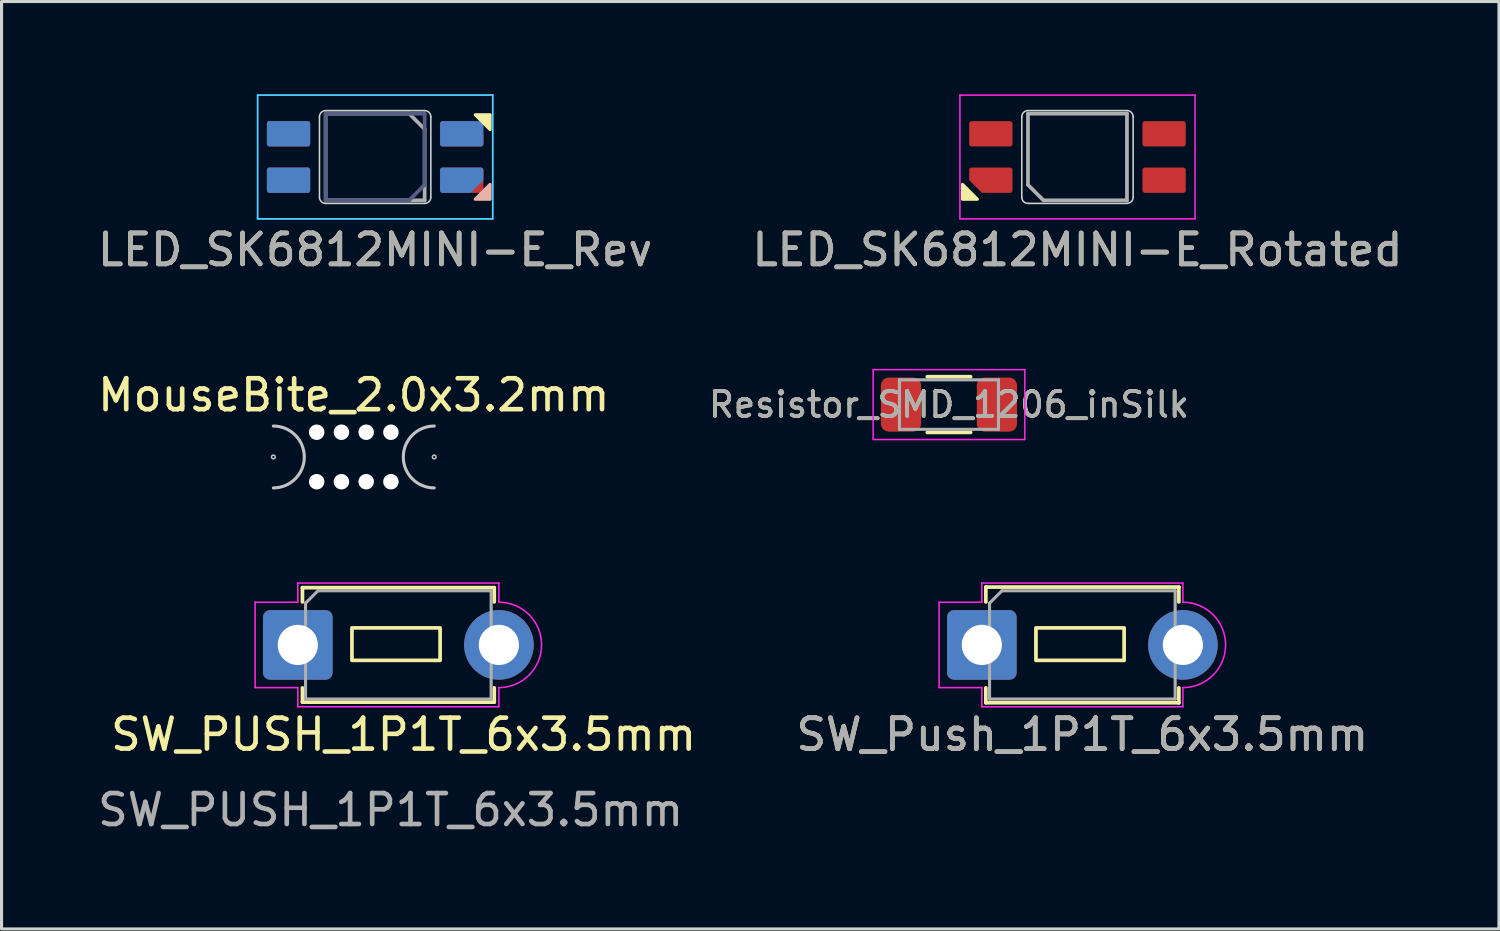
<source format=kicad_pcb>
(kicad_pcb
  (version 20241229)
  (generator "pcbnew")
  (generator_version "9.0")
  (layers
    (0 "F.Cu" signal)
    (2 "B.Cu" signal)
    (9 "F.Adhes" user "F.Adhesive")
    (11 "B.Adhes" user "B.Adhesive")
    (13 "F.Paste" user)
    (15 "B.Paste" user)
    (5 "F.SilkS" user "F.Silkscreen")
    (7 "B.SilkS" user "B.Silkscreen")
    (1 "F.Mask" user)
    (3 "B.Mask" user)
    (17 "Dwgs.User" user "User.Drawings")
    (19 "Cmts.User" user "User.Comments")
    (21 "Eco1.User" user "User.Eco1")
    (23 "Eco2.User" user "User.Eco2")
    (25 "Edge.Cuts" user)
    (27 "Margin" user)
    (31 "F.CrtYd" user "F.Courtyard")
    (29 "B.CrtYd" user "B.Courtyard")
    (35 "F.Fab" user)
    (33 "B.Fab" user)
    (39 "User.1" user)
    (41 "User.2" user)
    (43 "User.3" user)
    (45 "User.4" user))
  (footprint "LED_SK6812MINI-E_Rev"
    (layer "F.Cu")
    (at 9.077 2.025)
    (property "Reference" "LED_SK6812MINI-E_Rev" (at 0 3 0) (layer "F.SilkS") (effects (font (size 1 1) (thickness 0.15))))
    (attr smd)
    (fp_poly (pts (xy 3.715 -1.365) (xy 3.715 -0.885) (xy 3.235 -1.365) (xy 3.715 -1.365)) (stroke (width 0.1) (type solid)) (fill yes) (layer "F.SilkS"))
    (fp_poly (pts (xy 3.715 1.365) (xy 3.715 0.885) (xy 3.235 1.365) (xy 3.715 1.365)) (stroke (width 0.1) (type solid)) (fill yes) (layer "B.SilkS"))
    (fp_line (start -1.8 1.3) (end -1.8 -1.3) (stroke (width 0.05) (type solid)) (layer "Edge.Cuts"))
    (fp_line (start -1.6 -1.5) (end 1.6 -1.5) (stroke (width 0.05) (type solid)) (layer "Edge.Cuts"))
    (fp_line (start 1.6 1.5) (end -1.6 1.5) (stroke (width 0.05) (type solid)) (layer "Edge.Cuts"))
    (fp_line (start 1.8 -1.3) (end 1.8 1.3) (stroke (width 0.05) (type solid)) (layer "Edge.Cuts"))
    (fp_arc (start -1.8 -1.3) (mid -1.741421 -1.441421) (end -1.6 -1.5) (stroke (width 0.05) (type solid)) (layer "Edge.Cuts"))
    (fp_arc (start -1.6 1.5) (mid -1.741421 1.441421) (end -1.8 1.3) (stroke (width 0.05) (type solid)) (layer "Edge.Cuts"))
    (fp_arc (start 1.6 -1.5) (mid 1.741421 -1.441421) (end 1.8 -1.3) (stroke (width 0.05) (type solid)) (layer "Edge.Cuts"))
    (fp_arc (start 1.8 1.3) (mid 1.741421 1.441421) (end 1.6 1.5) (stroke (width 0.05) (type solid)) (layer "Edge.Cuts"))
    (fp_line (start -3.8 -2) (end -3.8 2) (stroke (width 0.05) (type solid)) (layer "B.CrtYd"))
    (fp_line (start -3.8 2) (end 3.8 2) (stroke (width 0.05) (type solid)) (layer "B.CrtYd"))
    (fp_line (start 3.8 -2) (end -3.8 -2) (stroke (width 0.05) (type solid)) (layer "B.CrtYd"))
    (fp_line (start 3.8 2) (end 3.8 -2) (stroke (width 0.05) (type solid)) (layer "B.CrtYd"))
    (fp_line (start -3.8 -2) (end 3.8 -2) (stroke (width 0.05) (type solid)) (layer "F.CrtYd"))
    (fp_line (start -3.8 2) (end -3.8 -2) (stroke (width 0.05) (type solid)) (layer "F.CrtYd"))
    (fp_line (start 3.8 -2) (end 3.8 2) (stroke (width 0.05) (type solid)) (layer "F.CrtYd"))
    (fp_line (start 3.8 2) (end -3.8 2) (stroke (width 0.05) (type solid)) (layer "F.CrtYd"))
    (fp_line (start -1.6 -1.4) (end -1.6 1.4) (stroke (width 0.12) (type solid)) (layer "B.Fab"))
    (fp_line (start -1.6 1.4) (end 1.1 1.4) (stroke (width 0.12) (type solid)) (layer "B.Fab"))
    (fp_line (start 1.6 -1.4) (end -1.6 -1.4) (stroke (width 0.12) (type solid)) (layer "B.Fab"))
    (fp_line (start 1.6 0.9) (end 1.1 1.4) (stroke (width 0.12) (type solid)) (layer "B.Fab"))
    (fp_line (start 1.6 0.9) (end 1.6 -1.4) (stroke (width 0.12) (type solid)) (layer "B.Fab"))
    (fp_line (start -1.6 -1.4) (end 1.1 -1.4) (stroke (width 0.12) (type solid)) (layer "F.Fab"))
    (fp_line (start -1.6 1.4) (end -1.6 -1.4) (stroke (width 0.12) (type solid)) (layer "F.Fab"))
    (fp_line (start 1.6 -0.9) (end 1.1 -1.4) (stroke (width 0.12) (type solid)) (layer "F.Fab"))
    (fp_line (start 1.6 -0.9) (end 1.6 1.4) (stroke (width 0.12) (type solid)) (layer "F.Fab"))
    (fp_line (start 1.6 1.4) (end -1.6 1.4) (stroke (width 0.12) (type solid)) (layer "F.Fab"))
    (fp_text user "${REFERENCE}" (at 0 3 0) (unlocked yes) (layer "F.Fab") (effects (font (size 1 1) (thickness 0.15))))
    (pad "1" smd roundrect (at -2.8 0.75 270) (size 0.82 1.4) (layers "F.Cu" "F.Mask" "F.Paste") (roundrect_rratio 0.1))
    (pad "1" smd roundrect (at -2.8 -0.75 90) (size 0.82 1.4) (layers "B.Cu" "B.Mask" "B.Paste") (roundrect_rratio 0.1))
    (pad "2" smd roundrect (at -2.8 -0.75 270) (size 0.82 1.4) (layers "F.Cu" "F.Mask" "F.Paste") (roundrect_rratio 0.1))
    (pad "2" smd roundrect (at -2.8 0.75 90) (size 0.82 1.4) (layers "B.Cu" "B.Mask" "B.Paste") (roundrect_rratio 0.1))
    (pad "3" smd roundrect (at 2.8 -0.75 270) (size 0.82 1.4) (layers "F.Cu" "F.Mask" "F.Paste") (roundrect_rratio 0.1) (chamfer_ratio 0.5) (chamfer top_left))
    (pad "3" smd roundrect (at 2.8 0.75 90) (size 0.82 1.4) (layers "B.Cu" "B.Mask" "B.Paste") (roundrect_rratio 0.1) (chamfer_ratio 0.5) (chamfer bottom_left))
    (pad "4" smd roundrect (at 2.8 0.75 270) (size 0.82 1.4) (layers "F.Cu" "F.Mask" "F.Paste") (roundrect_rratio 0.1))
    (pad "4" smd roundrect (at 2.8 -0.75 90) (size 0.82 1.4) (layers "B.Cu" "B.Mask" "B.Paste") (roundrect_rratio 0.1)))
  (footprint "Resistor_SMD_1206_inSilk"
    (layer "F.Cu")
    (at 27.626 10.028)
    (property "Reference" "Resistor_SMD_1206_inSilk" (at 0 0 0) (layer "F.SilkS") (effects (font (size 0.8 0.8) (thickness 0.12))))
    (attr smd)
    (fp_line (start -0.7 -0.9) (end 0.7 -0.9) (stroke (width 0.12) (type solid)) (layer "F.SilkS"))
    (fp_line (start -0.7 0.9) (end 0.7 0.9) (stroke (width 0.12) (type solid)) (layer "F.SilkS"))
    (fp_line (start -2.45 -1.13) (end 2.45 -1.13) (stroke (width 0.05) (type solid)) (layer "F.CrtYd"))
    (fp_line (start -2.45 1.13) (end -2.45 -1.13) (stroke (width 0.05) (type solid)) (layer "F.CrtYd"))
    (fp_line (start 2.45 -1.13) (end 2.45 1.13) (stroke (width 0.05) (type solid)) (layer "F.CrtYd"))
    (fp_line (start 2.45 1.13) (end -2.45 1.13) (stroke (width 0.05) (type solid)) (layer "F.CrtYd"))
    (fp_line (start -1.6 -0.8) (end 1.6 -0.8) (stroke (width 0.1) (type solid)) (layer "F.Fab"))
    (fp_line (start -1.6 0.8) (end -1.6 -0.8) (stroke (width 0.1) (type solid)) (layer "F.Fab"))
    (fp_line (start 1.6 -0.8) (end 1.6 0.8) (stroke (width 0.1) (type solid)) (layer "F.Fab"))
    (fp_line (start 1.6 0.8) (end -1.6 0.8) (stroke (width 0.1) (type solid)) (layer "F.Fab"))
    (fp_text user "${REFERENCE}" (at 0 0 0) (layer "F.Fab") (effects (font (size 0.8 0.8) (thickness 0.12))))
    (pad "1" smd roundrect (at -1.55 0) (size 1.3 1.75) (layers "F.Cu" "F.Mask" "F.Paste") (roundrect_rratio 0.192))
    (pad "2" smd roundrect (at 1.55 0) (size 1.3 1.75) (layers "F.Cu" "F.Mask" "F.Paste") (roundrect_rratio 0.192)))
  (footprint "SW_Push_1P1T_6x3.5mm"
    (layer "F.Cu")
    (at 31.938 17.797)
    (property "Reference" "SW_Push_1P1T_6x3.5mm" (at 0 2.9 0) (layer "F.SilkS") (effects (font (size 1 1) (thickness 0.15))))
    (attr through_hole)
    (fp_line (start -3.12 -1.87) (end -3.12 -1.39) (stroke (width 0.12) (type default)) (layer "F.SilkS"))
    (fp_line (start -3.12 1.39) (end -3.12 1.87) (stroke (width 0.12) (type solid)) (layer "F.SilkS"))
    (fp_line (start -3.12 1.87) (end 3.12 1.87) (stroke (width 0.12) (type solid)) (layer "F.SilkS"))
    (fp_line (start 3.12 -1.87) (end -3.12 -1.87) (stroke (width 0.12) (type solid)) (layer "F.SilkS"))
    (fp_line (start 3.12 -1.87) (end 3.12 -1.39) (stroke (width 0.12) (type solid)) (layer "F.SilkS"))
    (fp_line (start 3.12 1.39) (end 3.12 1.87) (stroke (width 0.12) (type solid)) (layer "F.SilkS"))
    (fp_rect (start -1.5 -0.55) (end 1.35 0.5) (stroke (width 0.12) (type default)) (fill no) (layer "F.SilkS"))
    (fp_line (start -4.63 -1.38) (end -3.25 -1.38) (stroke (width 0.05) (type default)) (layer "F.CrtYd"))
    (fp_line (start -4.63 1.38) (end -4.63 -1.38) (stroke (width 0.05) (type solid)) (layer "F.CrtYd"))
    (fp_line (start -4.63 1.38) (end -3.25 1.38) (stroke (width 0.05) (type default)) (layer "F.CrtYd"))
    (fp_line (start -3.25 -2) (end -3.25 -1.38) (stroke (width 0.05) (type default)) (layer "F.CrtYd"))
    (fp_line (start -3.25 -2) (end 3.25 -2) (stroke (width 0.05) (type solid)) (layer "F.CrtYd"))
    (fp_line (start -3.25 1.38) (end -3.25 2) (stroke (width 0.05) (type default)) (layer "F.CrtYd"))
    (fp_line (start 3.25 -2) (end 3.25 -1.38) (stroke (width 0.05) (type default)) (layer "F.CrtYd"))
    (fp_line (start 3.25 1.38) (end 3.25 2) (stroke (width 0.05) (type default)) (layer "F.CrtYd"))
    (fp_line (start 3.25 2) (end -3.25 2) (stroke (width 0.05) (type solid)) (layer "F.CrtYd"))
    (fp_arc (start 3.25 -1.38) (mid 4.63 0) (end 3.25 1.38) (stroke (width 0.05) (type default)) (layer "F.CrtYd"))
    (fp_line (start -3 1.75) (end -3 -1.35) (stroke (width 0.1) (type solid)) (layer "F.Fab"))
    (fp_line (start -2.6 -1.75) (end -3 -1.35) (stroke (width 0.1) (type default)) (layer "F.Fab"))
    (fp_line (start -2.6 -1.75) (end 3 -1.75) (stroke (width 0.1) (type solid)) (layer "F.Fab"))
    (fp_line (start 3 -1.75) (end 3 1.75) (stroke (width 0.1) (type solid)) (layer "F.Fab"))
    (fp_line (start 3 1.75) (end -3 1.75) (stroke (width 0.1) (type solid)) (layer "F.Fab"))
    (fp_text user "${REFERENCE}" (at 0 2.9 0) (layer "F.Fab") (effects (font (size 1 1) (thickness 0.15))))
    (pad "1" thru_hole roundrect (at -3.25 0 90) (size 2.25 2.25) (drill 1.3) (layers "*.Cu" "*.Mask") (roundrect_rratio 0.1))
    (pad "2" thru_hole circle (at 3.25 0 90) (size 2.25 2.25) (drill 1.3) (layers "*.Cu" "*.Mask")))
  (footprint "SW_PUSH_1P1T_6x3.5mm"
    (layer "F.Cu")
    (at 6.577 17.797)
    (property "Reference" "SW_PUSH_1P1T_6x3.5mm" (at 3.42 2.896 0) (layer "F.SilkS") (effects (font (size 1 1) (thickness 0.15))))
    (attr through_hole)
    (fp_line (start 0.15 -1.85) (end 0.15 -1.39) (stroke (width 0.12) (type default)) (layer "F.SilkS"))
    (fp_line (start 0.15 1.39) (end 0.15 1.85) (stroke (width 0.12) (type solid)) (layer "F.SilkS"))
    (fp_line (start 0.15 1.85) (end 6.35 1.85) (stroke (width 0.12) (type solid)) (layer "F.SilkS"))
    (fp_line (start 6.35 -1.85) (end 0.15 -1.85) (stroke (width 0.12) (type solid)) (layer "F.SilkS"))
    (fp_line (start 6.35 -1.85) (end 6.35 -1.39) (stroke (width 0.12) (type solid)) (layer "F.SilkS"))
    (fp_line (start 6.35 1.39) (end 6.35 1.85) (stroke (width 0.12) (type solid)) (layer "F.SilkS"))
    (fp_rect (start 1.75 -0.55) (end 4.6 0.5) (stroke (width 0.12) (type default)) (fill no) (layer "F.SilkS"))
    (fp_line (start -1.38 -1.38) (end 0 -1.38) (stroke (width 0.05) (type default)) (layer "F.CrtYd"))
    (fp_line (start -1.38 1.38) (end -1.38 -1.38) (stroke (width 0.05) (type solid)) (layer "F.CrtYd"))
    (fp_line (start -1.38 1.38) (end 0 1.38) (stroke (width 0.05) (type default)) (layer "F.CrtYd"))
    (fp_line (start 0 -2) (end 0 -1.38) (stroke (width 0.05) (type default)) (layer "F.CrtYd"))
    (fp_line (start 0 -2) (end 6.5 -2) (stroke (width 0.05) (type solid)) (layer "F.CrtYd"))
    (fp_line (start 0 1.38) (end 0 2) (stroke (width 0.05) (type default)) (layer "F.CrtYd"))
    (fp_line (start 6.5 -2) (end 6.5 -1.38) (stroke (width 0.05) (type default)) (layer "F.CrtYd"))
    (fp_line (start 6.5 1.38) (end 6.5 2) (stroke (width 0.05) (type default)) (layer "F.CrtYd"))
    (fp_line (start 6.5 2) (end 0 2) (stroke (width 0.05) (type solid)) (layer "F.CrtYd"))
    (fp_arc (start 6.5 -1.38) (mid 7.88 0) (end 6.5 1.38) (stroke (width 0.05) (type default)) (layer "F.CrtYd"))
    (fp_line (start 0.25 1.75) (end 0.25 -1.35) (stroke (width 0.1) (type solid)) (layer "F.Fab"))
    (fp_line (start 0.65 -1.75) (end 0.25 -1.35) (stroke (width 0.1) (type default)) (layer "F.Fab"))
    (fp_line (start 0.65 -1.75) (end 6.25 -1.75) (stroke (width 0.1) (type solid)) (layer "F.Fab"))
    (fp_line (start 6.25 -1.75) (end 6.25 1.75) (stroke (width 0.1) (type solid)) (layer "F.Fab"))
    (fp_line (start 6.25 1.75) (end 0.25 1.75) (stroke (width 0.1) (type solid)) (layer "F.Fab"))
    (fp_text user "${REFERENCE}" (at 3 5.334 0) (layer "F.Fab") (effects (font (size 1 1) (thickness 0.15))))
    (pad "1" thru_hole roundrect (at 0 0 90) (size 2.25 2.25) (drill 1.3) (layers "*.Cu" "*.Mask") (roundrect_rratio 0.1))
    (pad "2" thru_hole circle (at 6.5 0 90) (size 2.25 2.25) (drill 1.3) (layers "*.Cu" "*.Mask")))
  (footprint "MouseBite_2.0x3.2mm"
    (layer "F.Cu")
    (at 8.387 11.722)
    (property "Reference" "MouseBite_2.0x3.2mm" (at 0 -2 0) (layer "F.SilkS") (effects (font (size 1 1) (thickness 0.15))))
    (attr through_hole board_only exclude_from_pos_files exclude_from_bom)
    (fp_arc (start -2.6 -1) (mid -1.6 0) (end -2.6 1) (stroke (width 0.1) (type solid)) (layer "Dwgs.User"))
    (fp_arc (start 2.6 1) (mid 1.6 0) (end 2.6 -1) (stroke (width 0.1) (type solid)) (layer "Dwgs.User"))
    (fp_circle (center -2.6 0) (end -2.6 -0.06) (stroke (width 0.05) (type solid)) (fill no) (layer "Dwgs.User"))
    (fp_circle (center 2.6 0) (end 2.66 0) (stroke (width 0.05) (type solid)) (fill no) (layer "Dwgs.User"))
    (pad "" np_thru_hole circle (at -1.2 -0.8) (size 0.5 0.5) (drill 0.5) (layers "*.Cu" "*.Mask"))
    (pad "" np_thru_hole circle (at -1.2 0.8) (size 0.5 0.5) (drill 0.5) (layers "*.Cu" "*.Mask"))
    (pad "" np_thru_hole circle (at -0.4 -0.8) (size 0.5 0.5) (drill 0.5) (layers "*.Cu" "*.Mask"))
    (pad "" np_thru_hole circle (at -0.4 0.8) (size 0.5 0.5) (drill 0.5) (layers "*.Cu" "*.Mask"))
    (pad "" np_thru_hole circle (at 0.4 -0.8) (size 0.5 0.5) (drill 0.5) (layers "*.Cu" "*.Mask"))
    (pad "" np_thru_hole circle (at 0.4 0.8) (size 0.5 0.5) (drill 0.5) (layers "*.Cu" "*.Mask"))
    (pad "" np_thru_hole circle (at 1.2 -0.8) (size 0.5 0.5) (drill 0.5) (layers "*.Cu" "*.Mask"))
    (pad "" np_thru_hole circle (at 1.2 0.8) (size 0.5 0.5) (drill 0.5) (layers "*.Cu" "*.Mask")))
  (footprint "LED_SK6812MINI-E_Rotated"
    (layer "F.Cu")
    (at 31.78 2.025)
    (property "Reference" "LED_SK6812MINI-E_Rotated" (at 0 3 0) (layer "F.SilkS") (effects (font (size 1 1) (thickness 0.15))))
    (attr smd)
    (fp_poly (pts (xy -3.715 1.365) (xy -3.715 0.885) (xy -3.235 1.365) (xy -3.715 1.365)) (stroke (width 0.1) (type solid)) (fill yes) (layer "F.SilkS"))
    (fp_line (start -1.8 1.3) (end -1.8 -1.3) (stroke (width 0.05) (type solid)) (layer "Edge.Cuts"))
    (fp_line (start -1.6 -1.5) (end 1.6 -1.5) (stroke (width 0.05) (type solid)) (layer "Edge.Cuts"))
    (fp_line (start 1.6 1.5) (end -1.6 1.5) (stroke (width 0.05) (type solid)) (layer "Edge.Cuts"))
    (fp_line (start 1.8 -1.3) (end 1.8 1.3) (stroke (width 0.05) (type solid)) (layer "Edge.Cuts"))
    (fp_arc (start -1.8 -1.3) (mid -1.741421 -1.441421) (end -1.6 -1.5) (stroke (width 0.05) (type solid)) (layer "Edge.Cuts"))
    (fp_arc (start -1.6 1.5) (mid -1.741421 1.441421) (end -1.8 1.3) (stroke (width 0.05) (type solid)) (layer "Edge.Cuts"))
    (fp_arc (start 1.6 -1.5) (mid 1.741421 -1.441421) (end 1.8 -1.3) (stroke (width 0.05) (type solid)) (layer "Edge.Cuts"))
    (fp_arc (start 1.8 1.3) (mid 1.741421 1.441421) (end 1.6 1.5) (stroke (width 0.05) (type solid)) (layer "Edge.Cuts"))
    (fp_line (start -3.8 -2) (end 3.8 -2) (stroke (width 0.05) (type solid)) (layer "F.CrtYd"))
    (fp_line (start -3.8 2) (end -3.8 -2) (stroke (width 0.05) (type solid)) (layer "F.CrtYd"))
    (fp_line (start 3.8 -2) (end 3.8 2) (stroke (width 0.05) (type solid)) (layer "F.CrtYd"))
    (fp_line (start 3.8 2) (end -3.8 2) (stroke (width 0.05) (type solid)) (layer "F.CrtYd"))
    (fp_line (start -1.6 -1.4) (end 1.6 -1.4) (stroke (width 0.12) (type solid)) (layer "F.Fab"))
    (fp_line (start -1.6 0.9) (end -1.6 -1.4) (stroke (width 0.12) (type solid)) (layer "F.Fab"))
    (fp_line (start -1.6 0.9) (end -1.1 1.4) (stroke (width 0.12) (type solid)) (layer "F.Fab"))
    (fp_line (start 1.6 -1.4) (end 1.6 1.4) (stroke (width 0.12) (type solid)) (layer "F.Fab"))
    (fp_line (start 1.6 1.4) (end -1.1 1.4) (stroke (width 0.12) (type solid)) (layer "F.Fab"))
    (fp_text user "${REFERENCE}" (at 0 3 0) (unlocked yes) (layer "F.Fab") (effects (font (size 1 1) (thickness 0.15))))
    (pad "1" smd roundrect (at 2.8 -0.75 90) (size 0.82 1.4) (layers "F.Cu" "F.Mask" "F.Paste") (roundrect_rratio 0.1))
    (pad "2" smd roundrect (at 2.8 0.75 90) (size 0.82 1.4) (layers "F.Cu" "F.Mask" "F.Paste") (roundrect_rratio 0.1))
    (pad "3" smd roundrect (at -2.8 0.75 90) (size 0.82 1.4) (layers "F.Cu" "F.Mask" "F.Paste") (roundrect_rratio 0.1) (chamfer_ratio 0.5) (chamfer top_left))
    (pad "4" smd roundrect (at -2.8 -0.75 90) (size 0.82 1.4) (layers "F.Cu" "F.Mask" "F.Paste") (roundrect_rratio 0.1)))
  (gr_rect
    (start -3 -3)
    (end 45.405 26.979)
    (stroke (width 0.1) (type default))
    (fill no)
    (layer "Edge.Cuts")))
</source>
